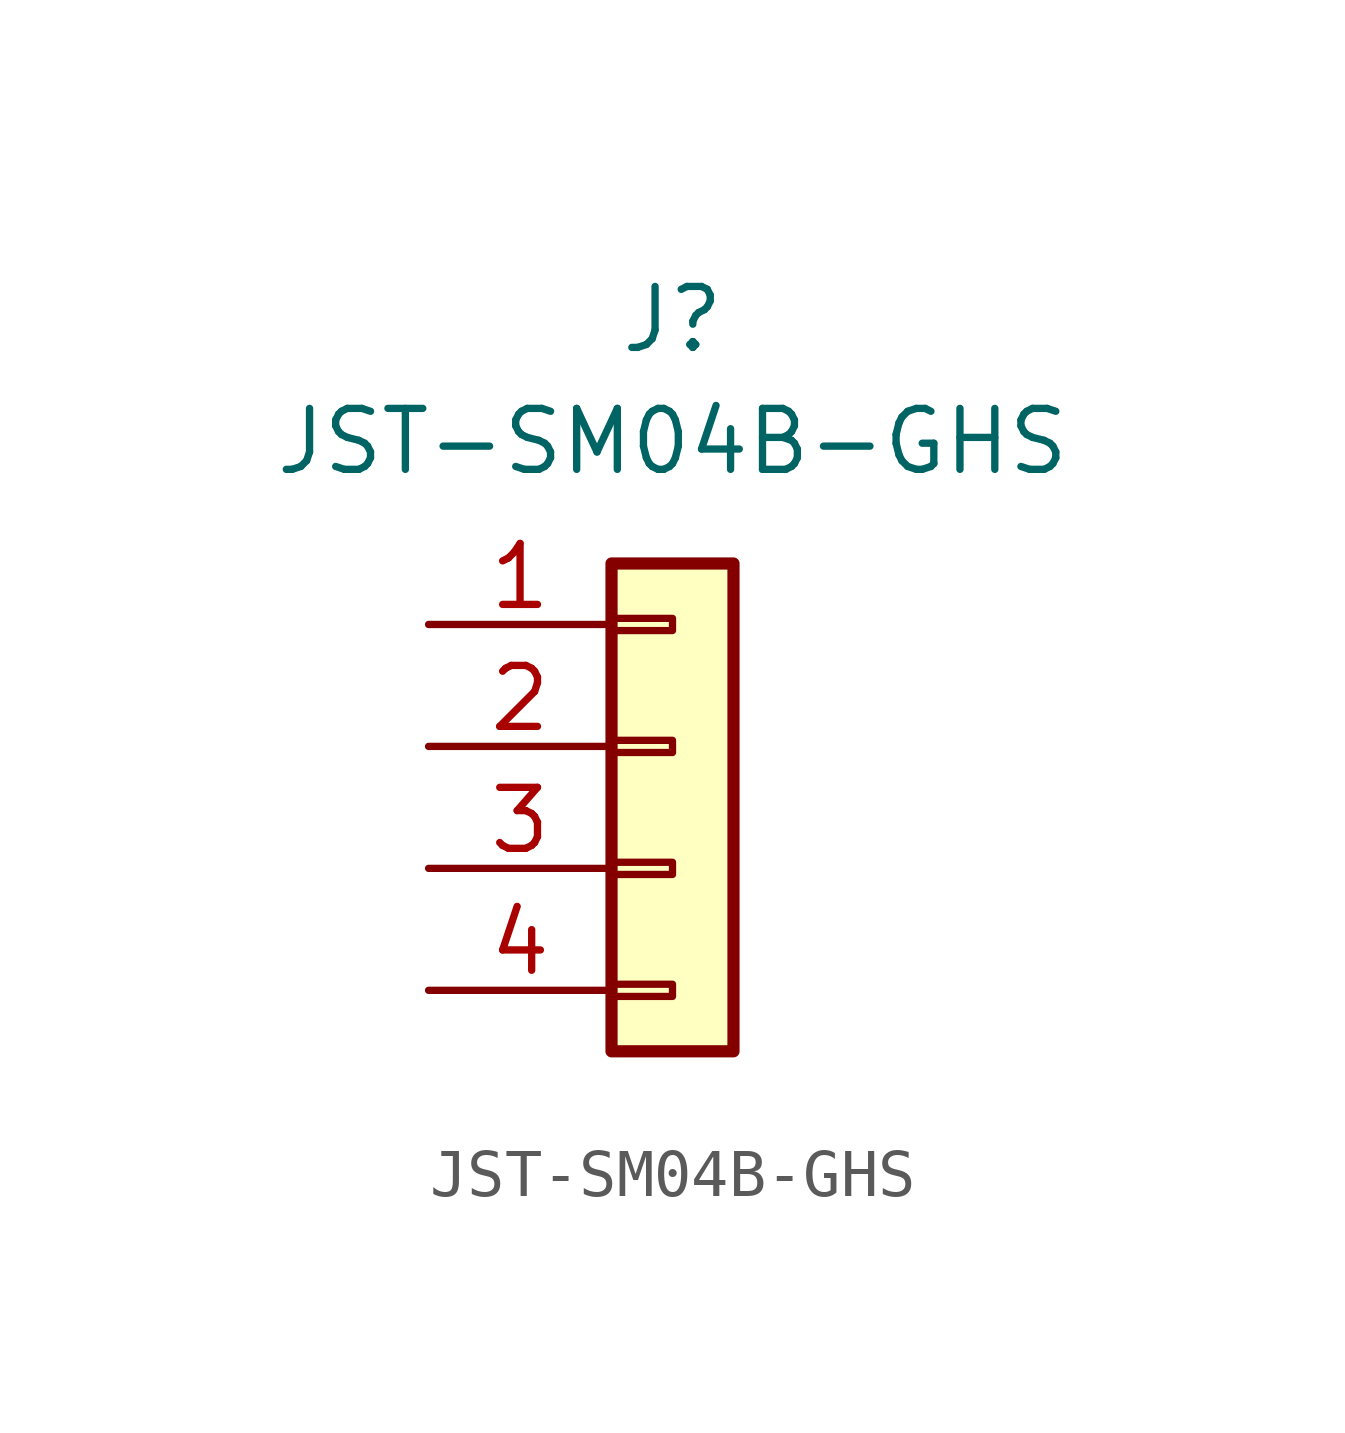
<source format=kicad_sym>
(kicad_symbol_lib
  (version 20211014)
  (generator kicad_symbol_editor)
  (symbol "JST-SM04B-GHS"
    (pin_names hide)
    (property "Reference" "J"
      (at 0 10.16 0)
      (effects (font (size 1.27 1.27))))
    (property "Value" "JST-SM04B-GHS"
      (at 0 7.62 0)
      (effects (font (size 1.27 1.27))))
    (symbol "JST-SM04B-GHS_1_1"
      (rectangle (start -1.27 -3.683) (end 0 -3.937) (stroke (width 0.152) (type default) (color 0 0 0 0)) (fill (type none)))
      (rectangle (start -1.27 -1.143) (end 0 -1.397) (stroke (width 0.152) (type default) (color 0 0 0 0)) (fill (type none)))
      (rectangle (start -1.27 1.397) (end 0 1.143) (stroke (width 0.152) (type default) (color 0 0 0 0)) (fill (type none)))
      (rectangle (start -1.27 3.937) (end 0 3.683) (stroke (width 0.152) (type default) (color 0 0 0 0)) (fill (type none)))
      (rectangle (start -1.27 5.08) (end 1.27 -5.08) (stroke (width 0.254) (type default) (color 0 0 0 0)) (fill (type background)))
      (pin passive line (at -5.08 3.81 0) (length 3.81) (name "Pin_1" (effects (font (size 1.27 1.27)))) (number "1" (effects (font (size 1.27 1.27)))))
      (pin passive line (at -5.08 1.27 0) (length 3.81) (name "Pin_2" (effects (font (size 1.27 1.27)))) (number "2" (effects (font (size 1.27 1.27)))))
      (pin passive line (at -5.08 -1.27 0) (length 3.81) (name "Pin_3" (effects (font (size 1.27 1.27)))) (number "3" (effects (font (size 1.27 1.27)))))
      (pin passive line (at -5.08 -3.81 0) (length 3.81) (name "Pin_4" (effects (font (size 1.27 1.27)))) (number "4" (effects (font (size 1.27 1.27))))))))
</source>
